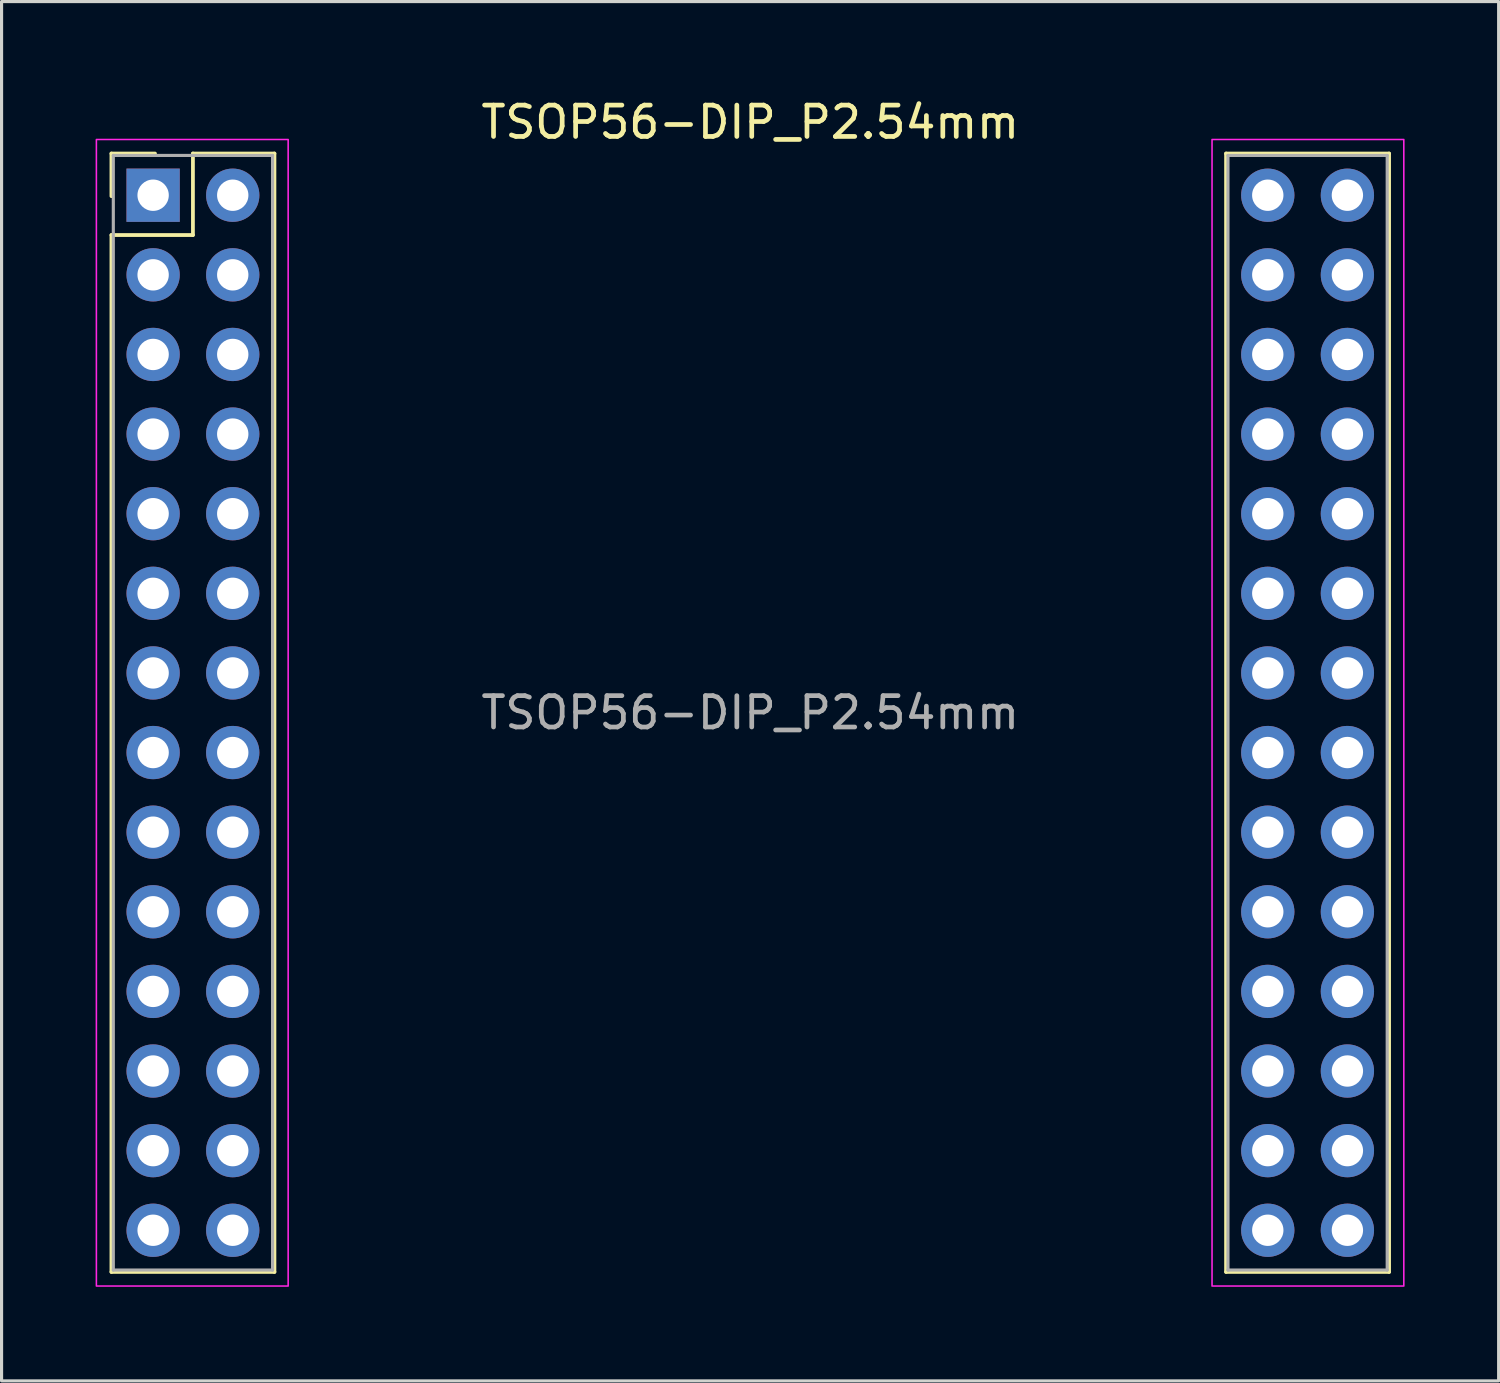
<source format=kicad_pcb>
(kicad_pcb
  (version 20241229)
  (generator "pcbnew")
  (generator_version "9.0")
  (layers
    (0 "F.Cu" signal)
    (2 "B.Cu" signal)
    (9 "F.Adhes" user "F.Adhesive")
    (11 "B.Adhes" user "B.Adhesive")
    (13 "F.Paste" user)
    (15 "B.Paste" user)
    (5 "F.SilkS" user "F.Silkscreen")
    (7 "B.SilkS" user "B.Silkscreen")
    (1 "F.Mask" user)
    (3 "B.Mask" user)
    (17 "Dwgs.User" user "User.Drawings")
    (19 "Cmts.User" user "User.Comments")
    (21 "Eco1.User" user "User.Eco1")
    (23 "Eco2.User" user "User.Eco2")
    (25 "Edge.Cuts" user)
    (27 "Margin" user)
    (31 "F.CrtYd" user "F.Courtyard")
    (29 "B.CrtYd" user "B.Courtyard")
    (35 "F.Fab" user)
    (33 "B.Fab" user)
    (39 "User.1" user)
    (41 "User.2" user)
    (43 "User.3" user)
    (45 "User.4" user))
  (footprint "TSOP56-DIP_P2.54mm"
    (layer "F.Cu")
    (at 1.835 3.178)
    (property "Reference" "TSOP56-DIP_P2.54mm" (at 19.05 -2.33 0) (layer "F.SilkS") (effects (font (size 1 1) (thickness 0.15))))
    (attr through_hole)
    (fp_line (start -1.33 -1.33) (end 0.06 -1.33) (stroke (width 0.12) (type solid)) (layer "F.SilkS"))
    (fp_line (start -1.33 0.03) (end -1.33 -1.33) (stroke (width 0.12) (type solid)) (layer "F.SilkS"))
    (fp_line (start -1.33 1.27) (end -1.33 34.35) (stroke (width 0.12) (type solid)) (layer "F.SilkS"))
    (fp_line (start 1.27 -1.33) (end 1.27 1.27) (stroke (width 0.12) (type default)) (layer "F.SilkS"))
    (fp_line (start 1.27 1.27) (end -1.33 1.27) (stroke (width 0.12) (type default)) (layer "F.SilkS"))
    (fp_line (start 3.87 -1.33) (end 1.27 -1.33) (stroke (width 0.12) (type solid)) (layer "F.SilkS"))
    (fp_line (start 3.87 -1.33) (end 3.87 34.35) (stroke (width 0.12) (type solid)) (layer "F.SilkS"))
    (fp_line (start 3.87 34.35) (end -1.33 34.35) (stroke (width 0.12) (type solid)) (layer "F.SilkS"))
    (fp_line (start 34.23 -1.33) (end 34.23 34.35) (stroke (width 0.12) (type solid)) (layer "F.SilkS"))
    (fp_line (start 39.43 -1.33) (end 34.23 -1.33) (stroke (width 0.12) (type solid)) (layer "F.SilkS"))
    (fp_line (start 39.43 -1.33) (end 39.43 34.35) (stroke (width 0.12) (type solid)) (layer "F.SilkS"))
    (fp_line (start 39.43 34.35) (end 34.23 34.35) (stroke (width 0.12) (type solid)) (layer "F.SilkS"))
    (fp_rect (start -1.81 -1.778) (end 4.308 34.8) (stroke (width 0.05) (type default)) (fill no) (layer "F.CrtYd"))
    (fp_rect (start 33.782 -1.778) (end 39.9 34.8) (stroke (width 0.05) (type default)) (fill no) (layer "F.CrtYd"))
    (fp_line (start -1.27 -1.27) (end -1.27 34.29) (stroke (width 0.1) (type solid)) (layer "F.Fab"))
    (fp_line (start -1.27 34.29) (end 3.81 34.29) (stroke (width 0.1) (type solid)) (layer "F.Fab"))
    (fp_line (start 3.81 -1.27) (end -1.27 -1.27) (stroke (width 0.1) (type solid)) (layer "F.Fab"))
    (fp_line (start 3.81 34.29) (end 3.81 -1.27) (stroke (width 0.1) (type solid)) (layer "F.Fab"))
    (fp_line (start 34.29 -1.27) (end 34.29 34.29) (stroke (width 0.1) (type solid)) (layer "F.Fab"))
    (fp_line (start 34.29 34.29) (end 39.37 34.29) (stroke (width 0.1) (type solid)) (layer "F.Fab"))
    (fp_line (start 39.37 -1.27) (end 34.29 -1.27) (stroke (width 0.1) (type solid)) (layer "F.Fab"))
    (fp_line (start 39.37 34.29) (end 39.37 -1.27) (stroke (width 0.1) (type solid)) (layer "F.Fab"))
    (fp_text user "${REFERENCE}" (at 19.05 16.51 180) (layer "F.Fab") (effects (font (size 1 1) (thickness 0.15))))
    (pad "1" thru_hole oval (at 2.54 0) (size 1.7 1.7) (drill 1) (layers "*.Cu" "*.Mask"))
    (pad "2" thru_hole rect (at 0 0) (size 1.7 1.7) (drill 1) (layers "*.Cu" "*.Mask"))
    (pad "3" thru_hole oval (at 2.54 2.54) (size 1.7 1.7) (drill 1) (layers "*.Cu" "*.Mask"))
    (pad "4" thru_hole oval (at 0 2.54) (size 1.7 1.7) (drill 1) (layers "*.Cu" "*.Mask"))
    (pad "5" thru_hole oval (at 2.54 5.08) (size 1.7 1.7) (drill 1) (layers "*.Cu" "*.Mask"))
    (pad "6" thru_hole oval (at 0 5.08) (size 1.7 1.7) (drill 1) (layers "*.Cu" "*.Mask"))
    (pad "7" thru_hole oval (at 2.54 7.62) (size 1.7 1.7) (drill 1) (layers "*.Cu" "*.Mask"))
    (pad "8" thru_hole oval (at 0 7.62) (size 1.7 1.7) (drill 1) (layers "*.Cu" "*.Mask"))
    (pad "9" thru_hole oval (at 2.54 10.16) (size 1.7 1.7) (drill 1) (layers "*.Cu" "*.Mask"))
    (pad "10" thru_hole oval (at 0 10.16) (size 1.7 1.7) (drill 1) (layers "*.Cu" "*.Mask"))
    (pad "11" thru_hole oval (at 2.54 12.7) (size 1.7 1.7) (drill 1) (layers "*.Cu" "*.Mask"))
    (pad "12" thru_hole oval (at 0 12.7) (size 1.7 1.7) (drill 1) (layers "*.Cu" "*.Mask"))
    (pad "13" thru_hole oval (at 2.54 15.24) (size 1.7 1.7) (drill 1) (layers "*.Cu" "*.Mask"))
    (pad "14" thru_hole oval (at 0 15.24) (size 1.7 1.7) (drill 1) (layers "*.Cu" "*.Mask"))
    (pad "15" thru_hole oval (at 2.54 17.78) (size 1.7 1.7) (drill 1) (layers "*.Cu" "*.Mask"))
    (pad "16" thru_hole oval (at 0 17.78) (size 1.7 1.7) (drill 1) (layers "*.Cu" "*.Mask"))
    (pad "17" thru_hole oval (at 2.54 20.32) (size 1.7 1.7) (drill 1) (layers "*.Cu" "*.Mask"))
    (pad "18" thru_hole oval (at 0 20.32) (size 1.7 1.7) (drill 1) (layers "*.Cu" "*.Mask"))
    (pad "19" thru_hole oval (at 2.54 22.86) (size 1.7 1.7) (drill 1) (layers "*.Cu" "*.Mask"))
    (pad "20" thru_hole oval (at 0 22.86) (size 1.7 1.7) (drill 1) (layers "*.Cu" "*.Mask"))
    (pad "21" thru_hole oval (at 2.54 25.4) (size 1.7 1.7) (drill 1) (layers "*.Cu" "*.Mask"))
    (pad "22" thru_hole oval (at 0 25.4) (size 1.7 1.7) (drill 1) (layers "*.Cu" "*.Mask"))
    (pad "23" thru_hole oval (at 2.54 27.94) (size 1.7 1.7) (drill 1) (layers "*.Cu" "*.Mask"))
    (pad "24" thru_hole oval (at 0 27.94) (size 1.7 1.7) (drill 1) (layers "*.Cu" "*.Mask"))
    (pad "25" thru_hole oval (at 2.54 30.48) (size 1.7 1.7) (drill 1) (layers "*.Cu" "*.Mask"))
    (pad "26" thru_hole oval (at 0 30.48) (size 1.7 1.7) (drill 1) (layers "*.Cu" "*.Mask"))
    (pad "27" thru_hole oval (at 2.54 33.02) (size 1.7 1.7) (drill 1) (layers "*.Cu" "*.Mask"))
    (pad "28" thru_hole oval (at 0 33.02) (size 1.7 1.7) (drill 1) (layers "*.Cu" "*.Mask"))
    (pad "29" thru_hole oval (at 35.56 33.02) (size 1.7 1.7) (drill 1) (layers "*.Cu" "*.Mask"))
    (pad "30" thru_hole oval (at 38.1 33.02) (size 1.7 1.7) (drill 1) (layers "*.Cu" "*.Mask"))
    (pad "31" thru_hole oval (at 35.56 30.48) (size 1.7 1.7) (drill 1) (layers "*.Cu" "*.Mask"))
    (pad "32" thru_hole oval (at 38.1 30.48) (size 1.7 1.7) (drill 1) (layers "*.Cu" "*.Mask"))
    (pad "33" thru_hole oval (at 35.56 27.94) (size 1.7 1.7) (drill 1) (layers "*.Cu" "*.Mask"))
    (pad "34" thru_hole oval (at 38.1 27.94) (size 1.7 1.7) (drill 1) (layers "*.Cu" "*.Mask"))
    (pad "35" thru_hole oval (at 35.56 25.4) (size 1.7 1.7) (drill 1) (layers "*.Cu" "*.Mask"))
    (pad "36" thru_hole oval (at 38.1 25.4) (size 1.7 1.7) (drill 1) (layers "*.Cu" "*.Mask"))
    (pad "37" thru_hole oval (at 35.56 22.86) (size 1.7 1.7) (drill 1) (layers "*.Cu" "*.Mask"))
    (pad "38" thru_hole oval (at 38.1 22.86) (size 1.7 1.7) (drill 1) (layers "*.Cu" "*.Mask"))
    (pad "39" thru_hole oval (at 35.56 20.32) (size 1.7 1.7) (drill 1) (layers "*.Cu" "*.Mask"))
    (pad "40" thru_hole oval (at 38.1 20.32) (size 1.7 1.7) (drill 1) (layers "*.Cu" "*.Mask"))
    (pad "41" thru_hole oval (at 35.56 17.78) (size 1.7 1.7) (drill 1) (layers "*.Cu" "*.Mask"))
    (pad "42" thru_hole oval (at 38.1 17.78) (size 1.7 1.7) (drill 1) (layers "*.Cu" "*.Mask"))
    (pad "43" thru_hole oval (at 35.56 15.24) (size 1.7 1.7) (drill 1) (layers "*.Cu" "*.Mask"))
    (pad "44" thru_hole oval (at 38.1 15.24) (size 1.7 1.7) (drill 1) (layers "*.Cu" "*.Mask"))
    (pad "45" thru_hole oval (at 35.56 12.7) (size 1.7 1.7) (drill 1) (layers "*.Cu" "*.Mask"))
    (pad "46" thru_hole oval (at 38.1 12.7) (size 1.7 1.7) (drill 1) (layers "*.Cu" "*.Mask"))
    (pad "47" thru_hole oval (at 35.56 10.16) (size 1.7 1.7) (drill 1) (layers "*.Cu" "*.Mask"))
    (pad "48" thru_hole oval (at 38.1 10.16) (size 1.7 1.7) (drill 1) (layers "*.Cu" "*.Mask"))
    (pad "49" thru_hole oval (at 35.56 7.62) (size 1.7 1.7) (drill 1) (layers "*.Cu" "*.Mask"))
    (pad "50" thru_hole oval (at 38.1 7.62) (size 1.7 1.7) (drill 1) (layers "*.Cu" "*.Mask"))
    (pad "51" thru_hole oval (at 35.56 5.08) (size 1.7 1.7) (drill 1) (layers "*.Cu" "*.Mask"))
    (pad "52" thru_hole oval (at 38.1 5.08) (size 1.7 1.7) (drill 1) (layers "*.Cu" "*.Mask"))
    (pad "53" thru_hole oval (at 35.56 2.54) (size 1.7 1.7) (drill 1) (layers "*.Cu" "*.Mask"))
    (pad "54" thru_hole oval (at 38.1 2.54) (size 1.7 1.7) (drill 1) (layers "*.Cu" "*.Mask"))
    (pad "55" thru_hole oval (at 35.56 0) (size 1.7 1.7) (drill 1) (layers "*.Cu" "*.Mask"))
    (pad "56" thru_hole oval (at 38.1 0) (size 1.7 1.7) (drill 1) (layers "*.Cu" "*.Mask")))
  (gr_rect
    (start -3 -3)
    (end 44.76 41.003)
    (stroke (width 0.1) (type default))
    (fill no)
    (layer "Edge.Cuts")))
</source>
